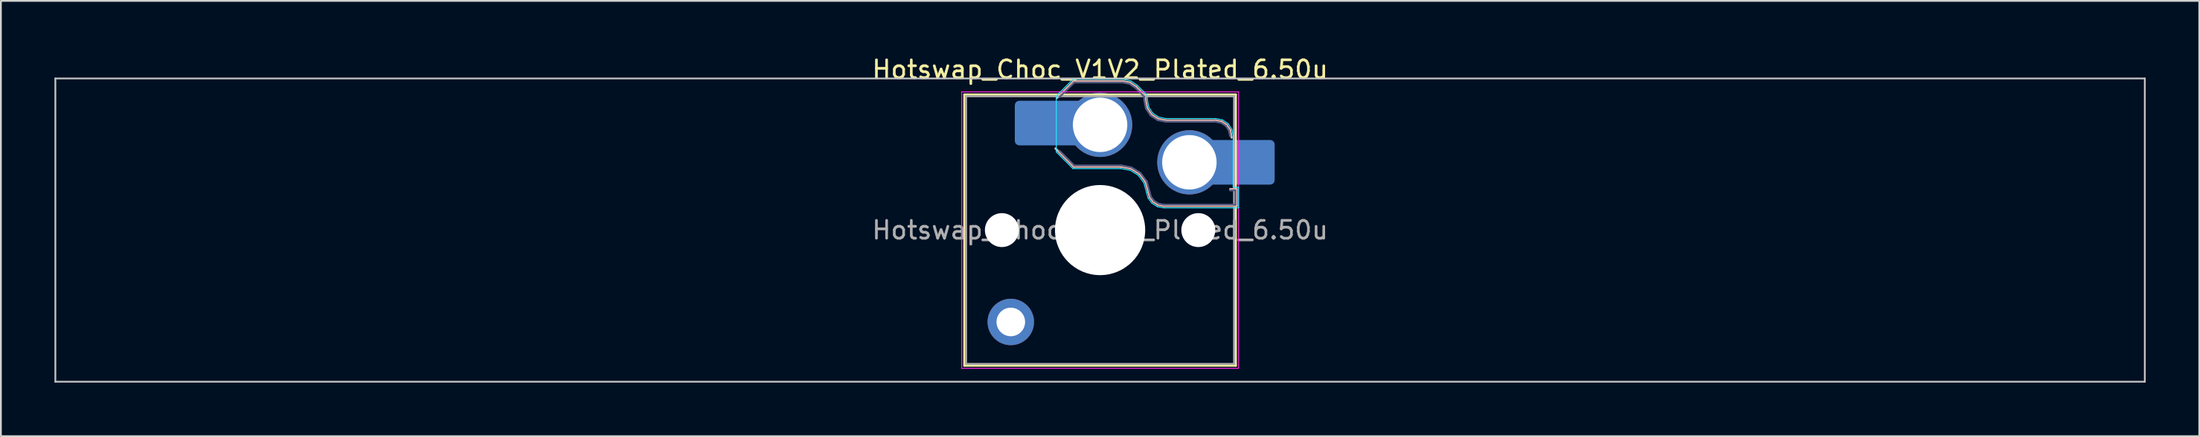
<source format=kicad_pcb>
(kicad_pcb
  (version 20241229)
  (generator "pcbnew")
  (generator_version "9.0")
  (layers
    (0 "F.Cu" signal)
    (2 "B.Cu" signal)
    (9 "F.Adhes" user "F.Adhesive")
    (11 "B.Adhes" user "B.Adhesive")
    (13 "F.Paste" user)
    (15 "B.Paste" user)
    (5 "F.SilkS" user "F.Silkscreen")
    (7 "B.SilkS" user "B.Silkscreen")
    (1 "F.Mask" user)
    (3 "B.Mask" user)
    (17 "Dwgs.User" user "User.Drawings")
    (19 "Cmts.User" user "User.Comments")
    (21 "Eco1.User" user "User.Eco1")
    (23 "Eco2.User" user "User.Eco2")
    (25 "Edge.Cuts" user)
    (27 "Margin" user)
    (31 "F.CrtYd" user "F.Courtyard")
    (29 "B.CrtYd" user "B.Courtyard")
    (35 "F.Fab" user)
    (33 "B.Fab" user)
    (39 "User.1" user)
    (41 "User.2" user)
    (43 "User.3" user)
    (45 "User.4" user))
  (footprint "Hotswap_Choc_V1V2_Plated_6.50u"
    (layer "F.Cu")
    (at 58.55 9.848)
    (property "Reference" "Hotswap_Choc_V1V2_Plated_6.50u" (at 0 -9 0) (layer "F.SilkS") (effects (font (size 1 1) (thickness 0.15))))
    (attr smd)
    (fp_line (start -7.6 -7.6) (end -7.6 7.6) (stroke (width 0.12) (type solid)) (layer "F.SilkS"))
    (fp_line (start -7.6 7.6) (end 7.6 7.6) (stroke (width 0.12) (type solid)) (layer "F.SilkS"))
    (fp_line (start 7.6 -7.6) (end -7.6 -7.6) (stroke (width 0.12) (type solid)) (layer "F.SilkS"))
    (fp_line (start 7.6 7.6) (end 7.6 -7.6) (stroke (width 0.12) (type solid)) (layer "F.SilkS"))
    (fp_line (start -2.416 -7.409) (end -1.479 -8.346) (stroke (width 0.12) (type solid)) (layer "B.SilkS"))
    (fp_line (start -1.479 -8.346) (end 1.268 -8.346) (stroke (width 0.12) (type solid)) (layer "B.SilkS"))
    (fp_line (start -1.479 -3.554) (end -2.5 -4.575) (stroke (width 0.12) (type solid)) (layer "B.SilkS"))
    (fp_line (start 1.168 -3.554) (end -1.479 -3.554) (stroke (width 0.12) (type solid)) (layer "B.SilkS"))
    (fp_line (start 1.268 -8.346) (end 1.671 -8.266) (stroke (width 0.12) (type solid)) (layer "B.SilkS"))
    (fp_line (start 1.671 -8.266) (end 2.013 -8.037) (stroke (width 0.12) (type solid)) (layer "B.SilkS"))
    (fp_line (start 1.73 -3.449) (end 1.168 -3.554) (stroke (width 0.12) (type solid)) (layer "B.SilkS"))
    (fp_line (start 2.013 -8.037) (end 2.546 -7.504) (stroke (width 0.12) (type solid)) (layer "B.SilkS"))
    (fp_line (start 2.209 -3.15) (end 1.73 -3.449) (stroke (width 0.12) (type solid)) (layer "B.SilkS"))
    (fp_line (start 2.546 -7.504) (end 2.546 -7.282) (stroke (width 0.12) (type solid)) (layer "B.SilkS"))
    (fp_line (start 2.546 -7.282) (end 2.633 -6.844) (stroke (width 0.12) (type solid)) (layer "B.SilkS"))
    (fp_line (start 2.547 -2.697) (end 2.209 -3.15) (stroke (width 0.12) (type solid)) (layer "B.SilkS"))
    (fp_line (start 2.633 -6.844) (end 2.877 -6.477) (stroke (width 0.12) (type solid)) (layer "B.SilkS"))
    (fp_line (start 2.701 -2.139) (end 2.547 -2.697) (stroke (width 0.12) (type solid)) (layer "B.SilkS"))
    (fp_line (start 2.783 -1.841) (end 2.701 -2.139) (stroke (width 0.12) (type solid)) (layer "B.SilkS"))
    (fp_line (start 2.877 -6.477) (end 3.244 -6.233) (stroke (width 0.12) (type solid)) (layer "B.SilkS"))
    (fp_line (start 2.976 -1.583) (end 2.783 -1.841) (stroke (width 0.12) (type solid)) (layer "B.SilkS"))
    (fp_line (start 3.244 -6.233) (end 3.682 -6.146) (stroke (width 0.12) (type solid)) (layer "B.SilkS"))
    (fp_line (start 3.25 -1.413) (end 2.976 -1.583) (stroke (width 0.12) (type solid)) (layer "B.SilkS"))
    (fp_line (start 3.56 -1.354) (end 3.25 -1.413) (stroke (width 0.12) (type solid)) (layer "B.SilkS"))
    (fp_line (start 3.682 -6.146) (end 6.482 -6.146) (stroke (width 0.12) (type solid)) (layer "B.SilkS"))
    (fp_line (start 6.482 -6.146) (end 6.809 -6.081) (stroke (width 0.12) (type solid)) (layer "B.SilkS"))
    (fp_line (start 6.809 -6.081) (end 7.092 -5.892) (stroke (width 0.12) (type solid)) (layer "B.SilkS"))
    (fp_line (start 7.092 -5.892) (end 7.281 -5.609) (stroke (width 0.12) (type solid)) (layer "B.SilkS"))
    (fp_line (start 7.281 -5.609) (end 7.366 -5.182) (stroke (width 0.12) (type solid)) (layer "B.SilkS"))
    (fp_line (start 7.283 -2.296) (end 7.646 -2.296) (stroke (width 0.12) (type solid)) (layer "B.SilkS"))
    (fp_line (start 7.646 -2.296) (end 7.646 -1.354) (stroke (width 0.12) (type solid)) (layer "B.SilkS"))
    (fp_line (start 7.646 -1.354) (end 3.56 -1.354) (stroke (width 0.12) (type solid)) (layer "B.SilkS"))
    (fp_line (start -58.5 -8.5) (end -58.5 8.5) (stroke (width 0.1) (type solid)) (layer "Dwgs.User"))
    (fp_line (start -58.5 8.5) (end 58.5 8.5) (stroke (width 0.1) (type solid)) (layer "Dwgs.User"))
    (fp_line (start 58.5 -8.5) (end -58.5 -8.5) (stroke (width 0.1) (type solid)) (layer "Dwgs.User"))
    (fp_line (start 58.5 8.5) (end 58.5 -8.5) (stroke (width 0.1) (type solid)) (layer "Dwgs.User"))
    (fp_line (start -7.25 -7.25) (end -7.25 7.25) (stroke (width 0.1) (type solid)) (layer "Eco1.User"))
    (fp_line (start -7.25 7.25) (end 7.25 7.25) (stroke (width 0.1) (type solid)) (layer "Eco1.User"))
    (fp_line (start 7.25 -7.25) (end -7.25 -7.25) (stroke (width 0.1) (type solid)) (layer "Eco1.User"))
    (fp_line (start 7.25 7.25) (end 7.25 -7.25) (stroke (width 0.1) (type solid)) (layer "Eco1.User"))
    (fp_line (start -2.452 -7.523) (end -1.523 -8.452) (stroke (width 0.05) (type solid)) (layer "B.CrtYd"))
    (fp_line (start -2.452 -4.377) (end -2.452 -7.523) (stroke (width 0.05) (type solid)) (layer "B.CrtYd"))
    (fp_line (start -1.523 -8.452) (end 1.278 -8.452) (stroke (width 0.05) (type solid)) (layer "B.CrtYd"))
    (fp_line (start -1.523 -3.448) (end -2.452 -4.377) (stroke (width 0.05) (type solid)) (layer "B.CrtYd"))
    (fp_line (start 1.159 -3.448) (end -1.523 -3.448) (stroke (width 0.05) (type solid)) (layer "B.CrtYd"))
    (fp_line (start 1.278 -8.452) (end 1.712 -8.366) (stroke (width 0.05) (type solid)) (layer "B.CrtYd"))
    (fp_line (start 1.691 -3.348) (end 1.159 -3.448) (stroke (width 0.05) (type solid)) (layer "B.CrtYd"))
    (fp_line (start 1.712 -8.366) (end 2.081 -8.119) (stroke (width 0.05) (type solid)) (layer "B.CrtYd"))
    (fp_line (start 2.081 -8.119) (end 2.652 -7.548) (stroke (width 0.05) (type solid)) (layer "B.CrtYd"))
    (fp_line (start 2.136 -3.071) (end 1.691 -3.348) (stroke (width 0.05) (type solid)) (layer "B.CrtYd"))
    (fp_line (start 2.45 -2.65) (end 2.136 -3.071) (stroke (width 0.05) (type solid)) (layer "B.CrtYd"))
    (fp_line (start 2.599 -2.111) (end 2.45 -2.65) (stroke (width 0.05) (type solid)) (layer "B.CrtYd"))
    (fp_line (start 2.652 -7.548) (end 2.652 -7.292) (stroke (width 0.05) (type solid)) (layer "B.CrtYd"))
    (fp_line (start 2.652 -7.292) (end 2.733 -6.885) (stroke (width 0.05) (type solid)) (layer "B.CrtYd"))
    (fp_line (start 2.687 -1.794) (end 2.599 -2.111) (stroke (width 0.05) (type solid)) (layer "B.CrtYd"))
    (fp_line (start 2.733 -6.885) (end 2.953 -6.553) (stroke (width 0.05) (type solid)) (layer "B.CrtYd"))
    (fp_line (start 2.903 -1.503) (end 2.687 -1.794) (stroke (width 0.05) (type solid)) (layer "B.CrtYd"))
    (fp_line (start 2.953 -6.553) (end 3.285 -6.333) (stroke (width 0.05) (type solid)) (layer "B.CrtYd"))
    (fp_line (start 3.211 -1.312) (end 2.903 -1.503) (stroke (width 0.05) (type solid)) (layer "B.CrtYd"))
    (fp_line (start 3.285 -6.333) (end 3.692 -6.252) (stroke (width 0.05) (type solid)) (layer "B.CrtYd"))
    (fp_line (start 3.55 -1.248) (end 3.211 -1.312) (stroke (width 0.05) (type solid)) (layer "B.CrtYd"))
    (fp_line (start 3.692 -6.252) (end 6.492 -6.252) (stroke (width 0.05) (type solid)) (layer "B.CrtYd"))
    (fp_line (start 6.492 -6.252) (end 6.85 -6.181) (stroke (width 0.05) (type solid)) (layer "B.CrtYd"))
    (fp_line (start 6.85 -6.181) (end 7.168 -5.968) (stroke (width 0.05) (type solid)) (layer "B.CrtYd"))
    (fp_line (start 7.168 -5.968) (end 7.381 -5.65) (stroke (width 0.05) (type solid)) (layer "B.CrtYd"))
    (fp_line (start 7.381 -5.65) (end 7.452 -5.292) (stroke (width 0.05) (type solid)) (layer "B.CrtYd"))
    (fp_line (start 7.452 -5.292) (end 7.452 -2.402) (stroke (width 0.05) (type solid)) (layer "B.CrtYd"))
    (fp_line (start 7.452 -2.402) (end 7.752 -2.402) (stroke (width 0.05) (type solid)) (layer "B.CrtYd"))
    (fp_line (start 7.752 -2.402) (end 7.752 -1.248) (stroke (width 0.05) (type solid)) (layer "B.CrtYd"))
    (fp_line (start 7.752 -1.248) (end 3.55 -1.248) (stroke (width 0.05) (type solid)) (layer "B.CrtYd"))
    (fp_line (start -7.75 -7.75) (end -7.75 7.75) (stroke (width 0.05) (type solid)) (layer "F.CrtYd"))
    (fp_line (start -7.75 7.75) (end 7.75 7.75) (stroke (width 0.05) (type solid)) (layer "F.CrtYd"))
    (fp_line (start 7.75 -7.75) (end -7.75 -7.75) (stroke (width 0.05) (type solid)) (layer "F.CrtYd"))
    (fp_line (start 7.75 7.75) (end 7.75 -7.75) (stroke (width 0.05) (type solid)) (layer "F.CrtYd"))
    (fp_line (start -2.275 -7.45) (end -1.45 -8.275) (stroke (width 0.1) (type solid)) (layer "B.Fab"))
    (fp_line (start -1.45 -8.275) (end 1.261 -8.275) (stroke (width 0.1) (type solid)) (layer "B.Fab"))
    (fp_line (start -1.45 -3.625) (end -2.275 -4.45) (stroke (width 0.1) (type solid)) (layer "B.Fab"))
    (fp_line (start 1.175 -3.625) (end -1.45 -3.625) (stroke (width 0.1) (type solid)) (layer "B.Fab"))
    (fp_line (start 1.261 -8.275) (end 1.643 -8.199) (stroke (width 0.1) (type solid)) (layer "B.Fab"))
    (fp_line (start 1.643 -8.199) (end 1.968 -7.982) (stroke (width 0.1) (type solid)) (layer "B.Fab"))
    (fp_line (start 1.756 -3.516) (end 1.175 -3.625) (stroke (width 0.1) (type solid)) (layer "B.Fab"))
    (fp_line (start 1.968 -7.982) (end 2.475 -7.475) (stroke (width 0.1) (type solid)) (layer "B.Fab"))
    (fp_line (start 2.258 -3.203) (end 1.756 -3.516) (stroke (width 0.1) (type solid)) (layer "B.Fab"))
    (fp_line (start 2.475 -7.475) (end 2.475 -7.275) (stroke (width 0.1) (type solid)) (layer "B.Fab"))
    (fp_line (start 2.475 -7.275) (end 2.566 -6.816) (stroke (width 0.1) (type solid)) (layer "B.Fab"))
    (fp_line (start 2.566 -6.816) (end 2.826 -6.426) (stroke (width 0.1) (type solid)) (layer "B.Fab"))
    (fp_line (start 2.612 -2.729) (end 2.258 -3.203) (stroke (width 0.1) (type solid)) (layer "B.Fab"))
    (fp_line (start 2.769 -2.158) (end 2.612 -2.729) (stroke (width 0.1) (type solid)) (layer "B.Fab"))
    (fp_line (start 2.826 -6.426) (end 3.216 -6.166) (stroke (width 0.1) (type solid)) (layer "B.Fab"))
    (fp_line (start 2.848 -1.873) (end 2.769 -2.158) (stroke (width 0.1) (type solid)) (layer "B.Fab"))
    (fp_line (start 3.025 -1.636) (end 2.848 -1.873) (stroke (width 0.1) (type solid)) (layer "B.Fab"))
    (fp_line (start 3.216 -6.166) (end 3.675 -6.075) (stroke (width 0.1) (type solid)) (layer "B.Fab"))
    (fp_line (start 3.276 -1.48) (end 3.025 -1.636) (stroke (width 0.1) (type solid)) (layer "B.Fab"))
    (fp_line (start 3.567 -1.425) (end 3.276 -1.48) (stroke (width 0.1) (type solid)) (layer "B.Fab"))
    (fp_line (start 3.675 -6.075) (end 6.475 -6.075) (stroke (width 0.1) (type solid)) (layer "B.Fab"))
    (fp_line (start 6.475 -6.075) (end 6.781 -6.014) (stroke (width 0.1) (type solid)) (layer "B.Fab"))
    (fp_line (start 6.781 -6.014) (end 7.041 -5.841) (stroke (width 0.1) (type solid)) (layer "B.Fab"))
    (fp_line (start 7.041 -5.841) (end 7.214 -5.581) (stroke (width 0.1) (type solid)) (layer "B.Fab"))
    (fp_line (start 7.214 -5.581) (end 7.275 -5.275) (stroke (width 0.1) (type solid)) (layer "B.Fab"))
    (fp_line (start 7.275 -2.225) (end 7.575 -2.225) (stroke (width 0.1) (type solid)) (layer "B.Fab"))
    (fp_line (start 7.575 -2.225) (end 7.575 -1.425) (stroke (width 0.1) (type solid)) (layer "B.Fab"))
    (fp_line (start 7.575 -1.425) (end 3.567 -1.425) (stroke (width 0.1) (type solid)) (layer "B.Fab"))
    (fp_line (start -7.5 -7.5) (end -7.5 7.5) (stroke (width 0.1) (type solid)) (layer "F.Fab"))
    (fp_line (start -7.5 7.5) (end 7.5 7.5) (stroke (width 0.1) (type solid)) (layer "F.Fab"))
    (fp_line (start 7.5 -7.5) (end -7.5 -7.5) (stroke (width 0.1) (type solid)) (layer "F.Fab"))
    (fp_line (start 7.5 7.5) (end 7.5 -7.5) (stroke (width 0.1) (type solid)) (layer "F.Fab"))
    (fp_text user "${REFERENCE}" (at 0 0 0) (layer "F.Fab") (effects (font (size 1 1) (thickness 0.15))))
    (pad "" np_thru_hole circle (at -5.5 0) (size 1.9 1.9) (drill 1.9) (layers "*.Cu" "*.Mask"))
    (pad "" thru_hole circle (at -5 5.15) (size 2.6 2.6) (drill 1.6) (layers "*.Cu" "*.Mask"))
    (pad "" smd roundrect (at -3.5 -6) (size 2.55 2.5) (layers "B.Mask" "B.Paste") (roundrect_rratio 0.1))
    (pad "" np_thru_hole circle (at 0 0) (size 5.05 5.05) (drill 5.05) (layers "*.Cu" "*.Mask"))
    (pad "" np_thru_hole circle (at 5.5 0) (size 1.9 1.9) (drill 1.9) (layers "*.Cu" "*.Mask"))
    (pad "" smd roundrect (at 8.5 -3.8) (size 2.55 2.5) (layers "B.Mask" "B.Paste") (roundrect_rratio 0.1))
    (pad "1" smd roundrect (at -2.85 -6) (size 3.85 2.5) (layers "B.Cu") (roundrect_rratio 0.1))
    (pad "1" thru_hole circle (at 0 -5.9) (size 3.6 3.6) (drill 3.05) (layers "*.Cu" "*.Mask"))
    (pad "2" thru_hole circle (at 5 -3.8) (size 3.6 3.6) (drill 3.05) (layers "*.Cu" "*.Mask"))
    (pad "2" smd roundrect (at 7.85 -3.8) (size 3.85 2.5) (layers "B.Cu") (roundrect_rratio 0.1)))
  (gr_rect
    (start -3 -3)
    (end 120.1 21.398)
    (stroke (width 0.1) (type default))
    (fill no)
    (layer "Edge.Cuts")))
</source>
